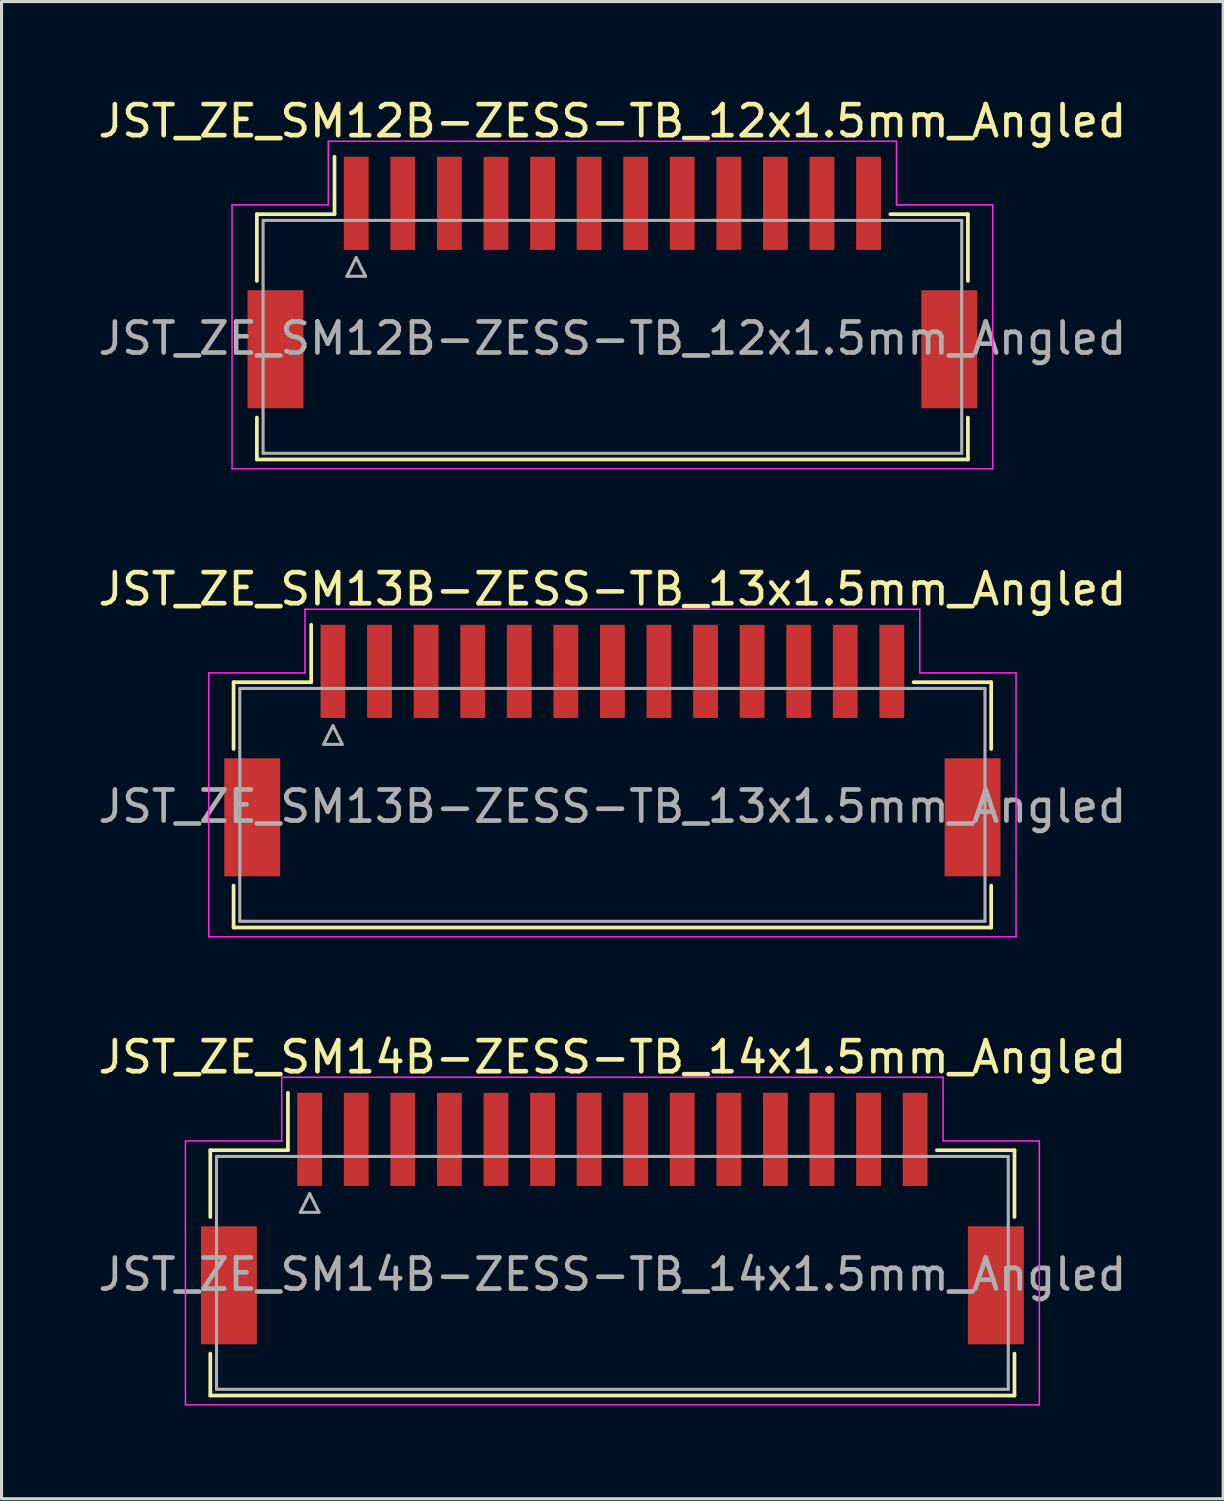
<source format=kicad_pcb>
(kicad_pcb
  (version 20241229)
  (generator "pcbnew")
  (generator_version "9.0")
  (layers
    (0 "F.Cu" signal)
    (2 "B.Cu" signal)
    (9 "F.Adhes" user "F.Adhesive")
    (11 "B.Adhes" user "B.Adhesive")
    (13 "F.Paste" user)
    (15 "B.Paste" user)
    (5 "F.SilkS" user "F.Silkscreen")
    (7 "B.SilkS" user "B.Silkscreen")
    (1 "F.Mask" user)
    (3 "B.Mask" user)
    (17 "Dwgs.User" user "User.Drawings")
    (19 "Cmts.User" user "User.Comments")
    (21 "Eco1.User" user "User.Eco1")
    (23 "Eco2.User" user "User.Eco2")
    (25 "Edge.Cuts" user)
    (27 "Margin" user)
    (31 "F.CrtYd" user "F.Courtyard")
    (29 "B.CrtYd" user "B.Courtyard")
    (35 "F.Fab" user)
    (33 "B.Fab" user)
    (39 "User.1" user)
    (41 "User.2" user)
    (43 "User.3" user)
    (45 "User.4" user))
  (footprint "JST_ZE_SM13B-ZESS-TB_13x1.5mm_Angled"
    (layer "F.Cu")
    (at 16.673 20.922)
    (property "Reference" "JST_ZE_SM13B-ZESS-TB_13x1.5mm_Angled" (at 0 -5 0) (layer "F.SilkS") (effects (font (size 1 1) (thickness 0.15))))
    (attr smd)
    (fp_line (start -12.2 -2) (end -9.7 -2) (stroke (width 0.12) (type solid)) (layer "F.SilkS"))
    (fp_line (start -12.2 0.15) (end -12.2 -2) (stroke (width 0.12) (type solid)) (layer "F.SilkS"))
    (fp_line (start -12.2 4.55) (end -12.2 5.9) (stroke (width 0.12) (type solid)) (layer "F.SilkS"))
    (fp_line (start -12.2 5.9) (end 12.2 5.9) (stroke (width 0.12) (type solid)) (layer "F.SilkS"))
    (fp_line (start -9.7 -2) (end -9.7 -3.85) (stroke (width 0.12) (type solid)) (layer "F.SilkS"))
    (fp_line (start 12.2 -2) (end 9.7 -2) (stroke (width 0.12) (type solid)) (layer "F.SilkS"))
    (fp_line (start 12.2 0.15) (end 12.2 -2) (stroke (width 0.12) (type solid)) (layer "F.SilkS"))
    (fp_line (start 12.2 5.9) (end 12.2 4.55) (stroke (width 0.12) (type solid)) (layer "F.SilkS"))
    (fp_line (start -13 -2.3) (end -13 6.2) (stroke (width 0.05) (type solid)) (layer "F.CrtYd"))
    (fp_line (start -13 6.2) (end 13 6.2) (stroke (width 0.05) (type solid)) (layer "F.CrtYd"))
    (fp_line (start -9.9 -4.35) (end -9.9 -2.3) (stroke (width 0.05) (type solid)) (layer "F.CrtYd"))
    (fp_line (start -9.9 -2.3) (end -13 -2.3) (stroke (width 0.05) (type solid)) (layer "F.CrtYd"))
    (fp_line (start 9.9 -4.35) (end -9.9 -4.35) (stroke (width 0.05) (type solid)) (layer "F.CrtYd"))
    (fp_line (start 9.9 -2.3) (end 9.9 -4.35) (stroke (width 0.05) (type solid)) (layer "F.CrtYd"))
    (fp_line (start 13 -2.3) (end 9.9 -2.3) (stroke (width 0.05) (type solid)) (layer "F.CrtYd"))
    (fp_line (start 13 6.2) (end 13 -2.3) (stroke (width 0.05) (type solid)) (layer "F.CrtYd"))
    (fp_line (start -12 -1.8) (end -12 5.7) (stroke (width 0.1) (type solid)) (layer "F.Fab"))
    (fp_line (start -12 5.7) (end 12 5.7) (stroke (width 0.1) (type solid)) (layer "F.Fab"))
    (fp_line (start -9.3 0) (end -8.7 0) (stroke (width 0.1) (type solid)) (layer "F.Fab"))
    (fp_line (start -9 -0.6) (end -9.3 0) (stroke (width 0.1) (type solid)) (layer "F.Fab"))
    (fp_line (start -8.7 0) (end -9 -0.6) (stroke (width 0.1) (type solid)) (layer "F.Fab"))
    (fp_line (start 12 -1.8) (end -12 -1.8) (stroke (width 0.1) (type solid)) (layer "F.Fab"))
    (fp_line (start 12 5.7) (end 12 -1.8) (stroke (width 0.1) (type solid)) (layer "F.Fab"))
    (fp_text user "${REFERENCE}" (at 0 2 0) (layer "F.Fab") (effects (font (size 1 1) (thickness 0.15))))
    (pad "" smd rect (at -11.6 2.35) (size 1.8 3.8) (layers "F.Cu" "F.Mask" "F.Paste"))
    (pad "" smd rect (at 11.6 2.35) (size 1.8 3.8) (layers "F.Cu" "F.Mask" "F.Paste"))
    (pad "1" smd rect (at -9 -2.35) (size 0.8 3) (layers "F.Cu" "F.Mask" "F.Paste"))
    (pad "2" smd rect (at -7.5 -2.35) (size 0.8 3) (layers "F.Cu" "F.Mask" "F.Paste"))
    (pad "3" smd rect (at -6 -2.35) (size 0.8 3) (layers "F.Cu" "F.Mask" "F.Paste"))
    (pad "4" smd rect (at -4.5 -2.35) (size 0.8 3) (layers "F.Cu" "F.Mask" "F.Paste"))
    (pad "5" smd rect (at -3 -2.35) (size 0.8 3) (layers "F.Cu" "F.Mask" "F.Paste"))
    (pad "6" smd rect (at -1.5 -2.35) (size 0.8 3) (layers "F.Cu" "F.Mask" "F.Paste"))
    (pad "7" smd rect (at 0 -2.35) (size 0.8 3) (layers "F.Cu" "F.Mask" "F.Paste"))
    (pad "8" smd rect (at 1.5 -2.35) (size 0.8 3) (layers "F.Cu" "F.Mask" "F.Paste"))
    (pad "9" smd rect (at 3 -2.35) (size 0.8 3) (layers "F.Cu" "F.Mask" "F.Paste"))
    (pad "10" smd rect (at 4.5 -2.35) (size 0.8 3) (layers "F.Cu" "F.Mask" "F.Paste"))
    (pad "11" smd rect (at 6 -2.35) (size 0.8 3) (layers "F.Cu" "F.Mask" "F.Paste"))
    (pad "12" smd rect (at 7.5 -2.35) (size 0.8 3) (layers "F.Cu" "F.Mask" "F.Paste"))
    (pad "13" smd rect (at 9 -2.35) (size 0.8 3) (layers "F.Cu" "F.Mask" "F.Paste")))
  (footprint "JST_ZE_SM14B-ZESS-TB_14x1.5mm_Angled"
    (layer "F.Cu")
    (at 16.673 35.995)
    (property "Reference" "JST_ZE_SM14B-ZESS-TB_14x1.5mm_Angled" (at 0 -5 0) (layer "F.SilkS") (effects (font (size 1 1) (thickness 0.15))))
    (attr smd)
    (fp_line (start -12.95 -2) (end -10.45 -2) (stroke (width 0.12) (type solid)) (layer "F.SilkS"))
    (fp_line (start -12.95 0.15) (end -12.95 -2) (stroke (width 0.12) (type solid)) (layer "F.SilkS"))
    (fp_line (start -12.95 4.55) (end -12.95 5.9) (stroke (width 0.12) (type solid)) (layer "F.SilkS"))
    (fp_line (start -12.95 5.9) (end 12.95 5.9) (stroke (width 0.12) (type solid)) (layer "F.SilkS"))
    (fp_line (start -10.45 -2) (end -10.45 -3.85) (stroke (width 0.12) (type solid)) (layer "F.SilkS"))
    (fp_line (start 12.95 -2) (end 10.45 -2) (stroke (width 0.12) (type solid)) (layer "F.SilkS"))
    (fp_line (start 12.95 0.15) (end 12.95 -2) (stroke (width 0.12) (type solid)) (layer "F.SilkS"))
    (fp_line (start 12.95 5.9) (end 12.95 4.55) (stroke (width 0.12) (type solid)) (layer "F.SilkS"))
    (fp_line (start -13.75 -2.3) (end -13.75 6.2) (stroke (width 0.05) (type solid)) (layer "F.CrtYd"))
    (fp_line (start -13.75 6.2) (end 13.75 6.2) (stroke (width 0.05) (type solid)) (layer "F.CrtYd"))
    (fp_line (start -10.65 -4.35) (end -10.65 -2.3) (stroke (width 0.05) (type solid)) (layer "F.CrtYd"))
    (fp_line (start -10.65 -2.3) (end -13.75 -2.3) (stroke (width 0.05) (type solid)) (layer "F.CrtYd"))
    (fp_line (start 10.65 -4.35) (end -10.65 -4.35) (stroke (width 0.05) (type solid)) (layer "F.CrtYd"))
    (fp_line (start 10.65 -2.3) (end 10.65 -4.35) (stroke (width 0.05) (type solid)) (layer "F.CrtYd"))
    (fp_line (start 13.75 -2.3) (end 10.65 -2.3) (stroke (width 0.05) (type solid)) (layer "F.CrtYd"))
    (fp_line (start 13.75 6.2) (end 13.75 -2.3) (stroke (width 0.05) (type solid)) (layer "F.CrtYd"))
    (fp_line (start -12.75 -1.8) (end -12.75 5.7) (stroke (width 0.1) (type solid)) (layer "F.Fab"))
    (fp_line (start -12.75 5.7) (end 12.75 5.7) (stroke (width 0.1) (type solid)) (layer "F.Fab"))
    (fp_line (start -10.05 0) (end -9.45 0) (stroke (width 0.1) (type solid)) (layer "F.Fab"))
    (fp_line (start -9.75 -0.6) (end -10.05 0) (stroke (width 0.1) (type solid)) (layer "F.Fab"))
    (fp_line (start -9.45 0) (end -9.75 -0.6) (stroke (width 0.1) (type solid)) (layer "F.Fab"))
    (fp_line (start 12.75 -1.8) (end -12.75 -1.8) (stroke (width 0.1) (type solid)) (layer "F.Fab"))
    (fp_line (start 12.75 5.7) (end 12.75 -1.8) (stroke (width 0.1) (type solid)) (layer "F.Fab"))
    (fp_text user "${REFERENCE}" (at 0 2 0) (layer "F.Fab") (effects (font (size 1 1) (thickness 0.15))))
    (pad "" smd rect (at -12.35 2.35) (size 1.8 3.8) (layers "F.Cu" "F.Mask" "F.Paste"))
    (pad "" smd rect (at 12.35 2.35) (size 1.8 3.8) (layers "F.Cu" "F.Mask" "F.Paste"))
    (pad "1" smd rect (at -9.75 -2.35) (size 0.8 3) (layers "F.Cu" "F.Mask" "F.Paste"))
    (pad "2" smd rect (at -8.25 -2.35) (size 0.8 3) (layers "F.Cu" "F.Mask" "F.Paste"))
    (pad "3" smd rect (at -6.75 -2.35) (size 0.8 3) (layers "F.Cu" "F.Mask" "F.Paste"))
    (pad "4" smd rect (at -5.25 -2.35) (size 0.8 3) (layers "F.Cu" "F.Mask" "F.Paste"))
    (pad "5" smd rect (at -3.75 -2.35) (size 0.8 3) (layers "F.Cu" "F.Mask" "F.Paste"))
    (pad "6" smd rect (at -2.25 -2.35) (size 0.8 3) (layers "F.Cu" "F.Mask" "F.Paste"))
    (pad "7" smd rect (at -0.75 -2.35) (size 0.8 3) (layers "F.Cu" "F.Mask" "F.Paste"))
    (pad "8" smd rect (at 0.75 -2.35) (size 0.8 3) (layers "F.Cu" "F.Mask" "F.Paste"))
    (pad "9" smd rect (at 2.25 -2.35) (size 0.8 3) (layers "F.Cu" "F.Mask" "F.Paste"))
    (pad "10" smd rect (at 3.75 -2.35) (size 0.8 3) (layers "F.Cu" "F.Mask" "F.Paste"))
    (pad "11" smd rect (at 5.25 -2.35) (size 0.8 3) (layers "F.Cu" "F.Mask" "F.Paste"))
    (pad "12" smd rect (at 6.75 -2.35) (size 0.8 3) (layers "F.Cu" "F.Mask" "F.Paste"))
    (pad "13" smd rect (at 8.25 -2.35) (size 0.8 3) (layers "F.Cu" "F.Mask" "F.Paste"))
    (pad "14" smd rect (at 9.75 -2.35) (size 0.8 3) (layers "F.Cu" "F.Mask" "F.Paste")))
  (footprint "JST_ZE_SM12B-ZESS-TB_12x1.5mm_Angled"
    (layer "F.Cu")
    (at 16.673 5.848)
    (property "Reference" "JST_ZE_SM12B-ZESS-TB_12x1.5mm_Angled" (at 0 -5 0) (layer "F.SilkS") (effects (font (size 1 1) (thickness 0.15))))
    (attr smd)
    (fp_line (start -11.45 -2) (end -8.95 -2) (stroke (width 0.12) (type solid)) (layer "F.SilkS"))
    (fp_line (start -11.45 0.15) (end -11.45 -2) (stroke (width 0.12) (type solid)) (layer "F.SilkS"))
    (fp_line (start -11.45 4.55) (end -11.45 5.9) (stroke (width 0.12) (type solid)) (layer "F.SilkS"))
    (fp_line (start -11.45 5.9) (end 11.45 5.9) (stroke (width 0.12) (type solid)) (layer "F.SilkS"))
    (fp_line (start -8.95 -2) (end -8.95 -3.85) (stroke (width 0.12) (type solid)) (layer "F.SilkS"))
    (fp_line (start 11.45 -2) (end 8.95 -2) (stroke (width 0.12) (type solid)) (layer "F.SilkS"))
    (fp_line (start 11.45 0.15) (end 11.45 -2) (stroke (width 0.12) (type solid)) (layer "F.SilkS"))
    (fp_line (start 11.45 5.9) (end 11.45 4.55) (stroke (width 0.12) (type solid)) (layer "F.SilkS"))
    (fp_line (start -12.25 -2.3) (end -12.25 6.2) (stroke (width 0.05) (type solid)) (layer "F.CrtYd"))
    (fp_line (start -12.25 6.2) (end 12.25 6.2) (stroke (width 0.05) (type solid)) (layer "F.CrtYd"))
    (fp_line (start -9.15 -4.35) (end -9.15 -2.3) (stroke (width 0.05) (type solid)) (layer "F.CrtYd"))
    (fp_line (start -9.15 -2.3) (end -12.25 -2.3) (stroke (width 0.05) (type solid)) (layer "F.CrtYd"))
    (fp_line (start 9.15 -4.35) (end -9.15 -4.35) (stroke (width 0.05) (type solid)) (layer "F.CrtYd"))
    (fp_line (start 9.15 -2.3) (end 9.15 -4.35) (stroke (width 0.05) (type solid)) (layer "F.CrtYd"))
    (fp_line (start 12.25 -2.3) (end 9.15 -2.3) (stroke (width 0.05) (type solid)) (layer "F.CrtYd"))
    (fp_line (start 12.25 6.2) (end 12.25 -2.3) (stroke (width 0.05) (type solid)) (layer "F.CrtYd"))
    (fp_line (start -11.25 -1.8) (end -11.25 5.7) (stroke (width 0.1) (type solid)) (layer "F.Fab"))
    (fp_line (start -11.25 5.7) (end 11.25 5.7) (stroke (width 0.1) (type solid)) (layer "F.Fab"))
    (fp_line (start -8.55 0) (end -7.95 0) (stroke (width 0.1) (type solid)) (layer "F.Fab"))
    (fp_line (start -8.25 -0.6) (end -8.55 0) (stroke (width 0.1) (type solid)) (layer "F.Fab"))
    (fp_line (start -7.95 0) (end -8.25 -0.6) (stroke (width 0.1) (type solid)) (layer "F.Fab"))
    (fp_line (start 11.25 -1.8) (end -11.25 -1.8) (stroke (width 0.1) (type solid)) (layer "F.Fab"))
    (fp_line (start 11.25 5.7) (end 11.25 -1.8) (stroke (width 0.1) (type solid)) (layer "F.Fab"))
    (fp_text user "${REFERENCE}" (at 0 2 0) (layer "F.Fab") (effects (font (size 1 1) (thickness 0.15))))
    (pad "" smd rect (at -10.85 2.35) (size 1.8 3.8) (layers "F.Cu" "F.Mask" "F.Paste"))
    (pad "" smd rect (at 10.85 2.35) (size 1.8 3.8) (layers "F.Cu" "F.Mask" "F.Paste"))
    (pad "1" smd rect (at -8.25 -2.35) (size 0.8 3) (layers "F.Cu" "F.Mask" "F.Paste"))
    (pad "2" smd rect (at -6.75 -2.35) (size 0.8 3) (layers "F.Cu" "F.Mask" "F.Paste"))
    (pad "3" smd rect (at -5.25 -2.35) (size 0.8 3) (layers "F.Cu" "F.Mask" "F.Paste"))
    (pad "4" smd rect (at -3.75 -2.35) (size 0.8 3) (layers "F.Cu" "F.Mask" "F.Paste"))
    (pad "5" smd rect (at -2.25 -2.35) (size 0.8 3) (layers "F.Cu" "F.Mask" "F.Paste"))
    (pad "6" smd rect (at -0.75 -2.35) (size 0.8 3) (layers "F.Cu" "F.Mask" "F.Paste"))
    (pad "7" smd rect (at 0.75 -2.35) (size 0.8 3) (layers "F.Cu" "F.Mask" "F.Paste"))
    (pad "8" smd rect (at 2.25 -2.35) (size 0.8 3) (layers "F.Cu" "F.Mask" "F.Paste"))
    (pad "9" smd rect (at 3.75 -2.35) (size 0.8 3) (layers "F.Cu" "F.Mask" "F.Paste"))
    (pad "10" smd rect (at 5.25 -2.35) (size 0.8 3) (layers "F.Cu" "F.Mask" "F.Paste"))
    (pad "11" smd rect (at 6.75 -2.35) (size 0.8 3) (layers "F.Cu" "F.Mask" "F.Paste"))
    (pad "12" smd rect (at 8.25 -2.35) (size 0.8 3) (layers "F.Cu" "F.Mask" "F.Paste")))
  (gr_rect
    (start -3 -3)
    (end 36.345 45.22)
    (stroke (width 0.1) (type default))
    (fill no)
    (layer "Edge.Cuts")))
</source>
